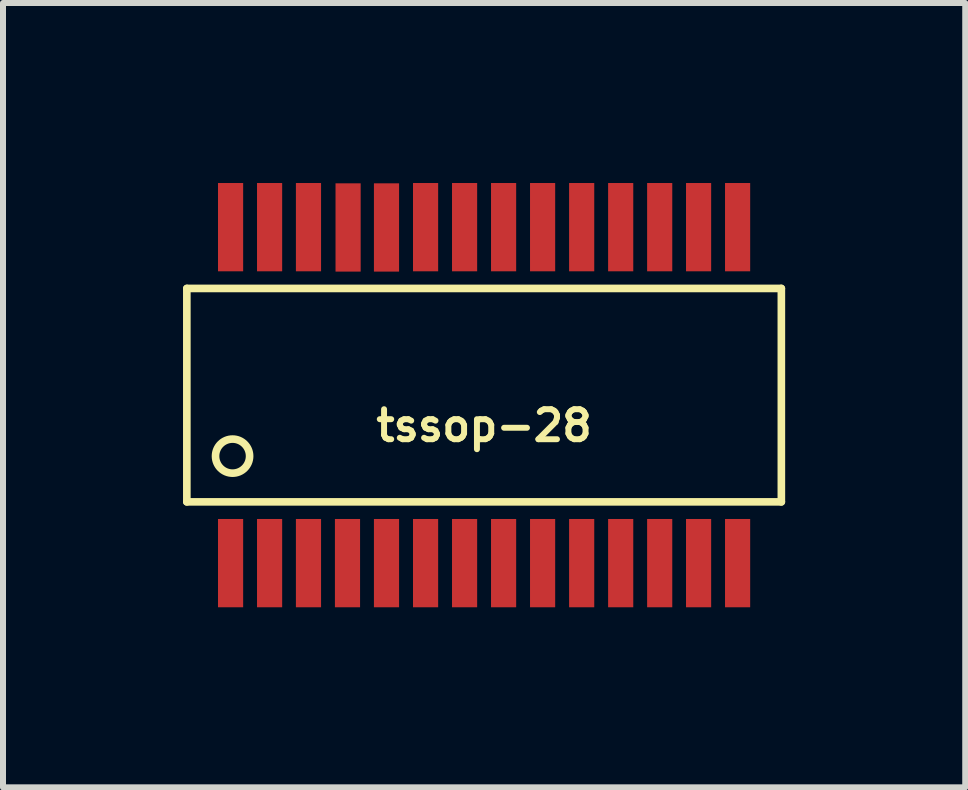
<source format=kicad_pcb>
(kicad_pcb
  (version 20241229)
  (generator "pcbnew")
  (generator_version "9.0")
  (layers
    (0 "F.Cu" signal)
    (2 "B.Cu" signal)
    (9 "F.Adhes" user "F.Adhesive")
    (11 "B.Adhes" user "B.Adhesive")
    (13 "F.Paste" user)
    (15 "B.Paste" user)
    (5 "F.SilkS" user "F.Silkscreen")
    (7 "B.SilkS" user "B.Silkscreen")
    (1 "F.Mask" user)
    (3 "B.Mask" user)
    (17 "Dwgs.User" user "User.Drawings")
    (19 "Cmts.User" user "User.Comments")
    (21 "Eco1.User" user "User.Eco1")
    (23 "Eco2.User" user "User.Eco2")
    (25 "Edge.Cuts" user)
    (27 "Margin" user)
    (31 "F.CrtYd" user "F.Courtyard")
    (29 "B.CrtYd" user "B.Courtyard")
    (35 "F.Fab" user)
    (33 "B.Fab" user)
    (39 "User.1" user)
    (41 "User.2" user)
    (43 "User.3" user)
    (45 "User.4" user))
  (footprint "tssop-28"
    (layer "F.Cu")
    (at 5.016 3.534)
    (property "Reference" "tssop-28" (at 0 0.508 0) (layer "F.SilkS") (effects (font (size 0.5 0.5) (thickness 0.099))))
    (attr smd)
    (fp_line (start -4.953 -1.778) (end -4.953 1.778) (stroke (width 0.127) (type solid)) (layer "F.SilkS"))
    (fp_line (start -4.953 1.778) (end 4.953 1.778) (stroke (width 0.127) (type solid)) (layer "F.SilkS"))
    (fp_line (start 4.953 -1.778) (end -4.953 -1.778) (stroke (width 0.127) (type solid)) (layer "F.SilkS"))
    (fp_line (start 4.953 -1.778) (end 4.953 1.778) (stroke (width 0.127) (type solid)) (layer "F.SilkS"))
    (fp_circle (center -4.191 1.016) (end -4.318 1.27) (stroke (width 0.127) (type solid)) (fill no) (layer "F.SilkS"))
    (pad "1" smd rect (at -4.224 2.799) (size 0.419 1.471) (layers "F.Cu" "F.Mask" "F.Paste"))
    (pad "2" smd rect (at -3.574 2.799) (size 0.419 1.471) (layers "F.Cu" "F.Mask" "F.Paste"))
    (pad "3" smd rect (at -2.926 2.799) (size 0.419 1.471) (layers "F.Cu" "F.Mask" "F.Paste"))
    (pad "4" smd rect (at -2.276 2.799) (size 0.419 1.471) (layers "F.Cu" "F.Mask" "F.Paste"))
    (pad "5" smd rect (at -1.626 2.799) (size 0.419 1.471) (layers "F.Cu" "F.Mask" "F.Paste"))
    (pad "6" smd rect (at -0.975 2.799) (size 0.419 1.471) (layers "F.Cu" "F.Mask" "F.Paste"))
    (pad "7" smd rect (at -0.325 2.799) (size 0.419 1.471) (layers "F.Cu" "F.Mask" "F.Paste"))
    (pad "8" smd rect (at 0.325 2.799) (size 0.419 1.471) (layers "F.Cu" "F.Mask" "F.Paste"))
    (pad "9" smd rect (at 0.975 2.799) (size 0.419 1.471) (layers "F.Cu" "F.Mask" "F.Paste"))
    (pad "10" smd rect (at 1.626 2.799) (size 0.419 1.471) (layers "F.Cu" "F.Mask" "F.Paste"))
    (pad "11" smd rect (at 2.276 2.799) (size 0.419 1.471) (layers "F.Cu" "F.Mask" "F.Paste"))
    (pad "12" smd rect (at 2.926 2.799) (size 0.419 1.471) (layers "F.Cu" "F.Mask" "F.Paste"))
    (pad "13" smd rect (at 3.574 2.799) (size 0.419 1.471) (layers "F.Cu" "F.Mask" "F.Paste"))
    (pad "14" smd rect (at 4.224 2.799) (size 0.419 1.471) (layers "F.Cu" "F.Mask" "F.Paste"))
    (pad "15" smd rect (at 4.224 -2.799) (size 0.419 1.471) (layers "F.Cu" "F.Mask" "F.Paste"))
    (pad "16" smd rect (at 3.574 -2.799) (size 0.419 1.471) (layers "F.Cu" "F.Mask" "F.Paste"))
    (pad "17" smd rect (at 2.926 -2.799) (size 0.419 1.471) (layers "F.Cu" "F.Mask" "F.Paste"))
    (pad "18" smd rect (at 2.276 -2.799) (size 0.419 1.471) (layers "F.Cu" "F.Mask" "F.Paste"))
    (pad "19" smd rect (at 1.626 -2.799) (size 0.419 1.471) (layers "F.Cu" "F.Mask" "F.Paste"))
    (pad "20" smd rect (at 0.975 -2.799) (size 0.419 1.471) (layers "F.Cu" "F.Mask" "F.Paste"))
    (pad "21" smd rect (at 0.325 -2.799) (size 0.419 1.471) (layers "F.Cu" "F.Mask" "F.Paste"))
    (pad "22" smd rect (at -0.325 -2.799) (size 0.419 1.471) (layers "F.Cu" "F.Mask" "F.Paste"))
    (pad "23" smd rect (at -0.975 -2.799) (size 0.419 1.471) (layers "F.Cu" "F.Mask" "F.Paste"))
    (pad "24" smd rect (at -1.626 -2.794) (size 0.419 1.471) (layers "F.Cu" "F.Mask" "F.Paste"))
    (pad "25" smd rect (at -2.266 -2.794) (size 0.419 1.471) (layers "F.Cu" "F.Mask" "F.Paste"))
    (pad "26" smd rect (at -2.926 -2.799) (size 0.419 1.471) (layers "F.Cu" "F.Mask" "F.Paste"))
    (pad "27" smd rect (at -3.574 -2.799) (size 0.419 1.471) (layers "F.Cu" "F.Mask" "F.Paste"))
    (pad "28" smd rect (at -4.224 -2.799) (size 0.419 1.471) (layers "F.Cu" "F.Mask" "F.Paste")))
  (gr_rect
    (start -3 -3)
    (end 13.033 10.069)
    (stroke (width 0.1) (type default))
    (fill no)
    (layer "Edge.Cuts")))
</source>
